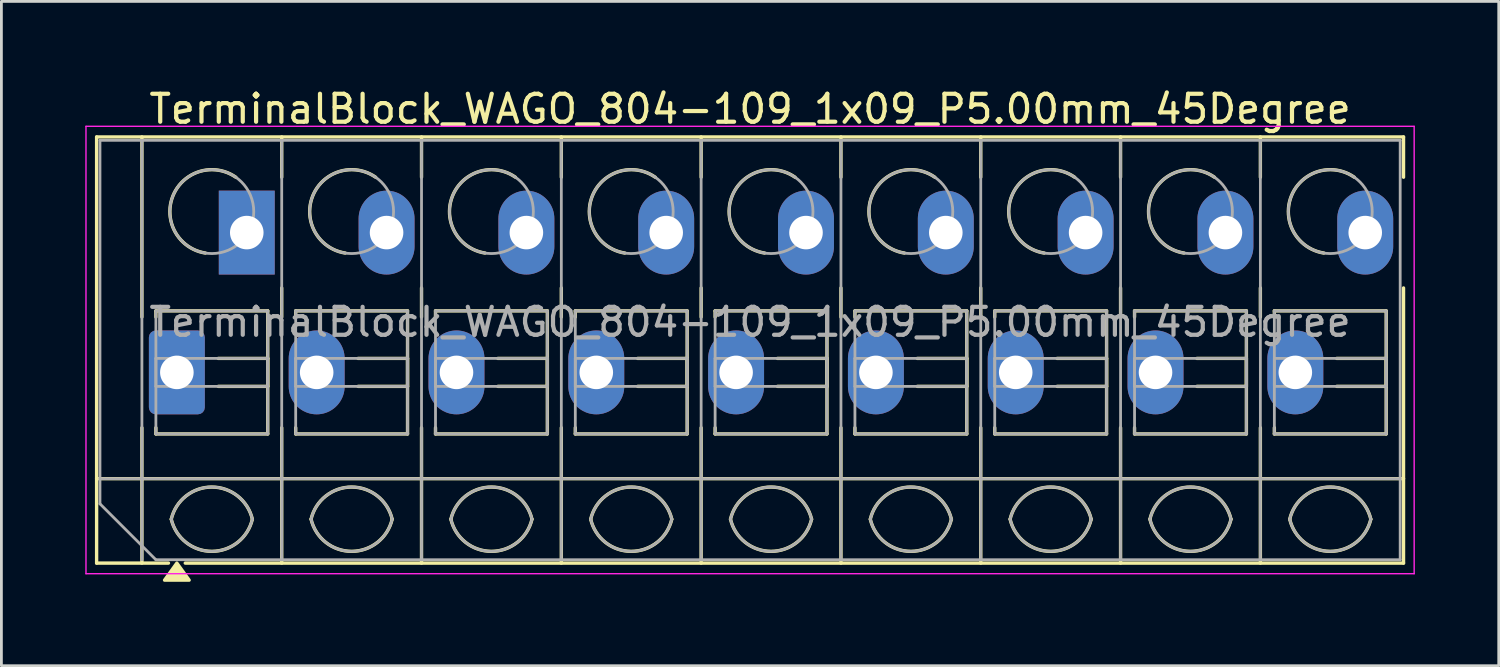
<source format=kicad_pcb>
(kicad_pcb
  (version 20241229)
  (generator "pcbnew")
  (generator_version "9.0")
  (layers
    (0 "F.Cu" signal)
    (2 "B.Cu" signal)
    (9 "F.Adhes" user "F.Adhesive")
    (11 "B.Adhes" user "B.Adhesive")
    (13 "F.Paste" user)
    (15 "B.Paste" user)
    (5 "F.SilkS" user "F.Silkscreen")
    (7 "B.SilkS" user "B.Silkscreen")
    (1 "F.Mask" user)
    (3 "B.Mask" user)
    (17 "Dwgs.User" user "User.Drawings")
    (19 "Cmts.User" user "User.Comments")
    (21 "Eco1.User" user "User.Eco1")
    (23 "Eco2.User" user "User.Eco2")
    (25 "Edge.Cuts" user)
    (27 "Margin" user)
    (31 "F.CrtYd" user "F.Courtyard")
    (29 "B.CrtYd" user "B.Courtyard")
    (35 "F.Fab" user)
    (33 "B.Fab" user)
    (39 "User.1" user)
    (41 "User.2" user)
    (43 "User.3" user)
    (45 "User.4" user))
  (footprint "TerminalBlock_WAGO_804-109_1x09_P5.00mm_45Degree"
    (layer "F.Cu")
    (at 3.275 10.268)
    (property "Reference" "TerminalBlock_WAGO_804-109_1x09_P5.00mm_45Degree" (at 20.5 -9.42 0) (layer "F.SilkS") (effects (font (size 1 1) (thickness 0.15))))
    (attr through_hole)
    (fp_line (start -2.87 -8.42) (end -2.87 6.82) (stroke (width 0.12) (type solid)) (layer "F.SilkS"))
    (fp_line (start -2.87 -8.42) (end 43.87 -8.42) (stroke (width 0.12) (type solid)) (layer "F.SilkS"))
    (fp_line (start -2.87 3.8) (end 43.87 3.8) (stroke (width 0.12) (type solid)) (layer "F.SilkS"))
    (fp_line (start -2.87 6.82) (end -0.3 6.82) (stroke (width 0.12) (type solid)) (layer "F.SilkS"))
    (fp_line (start -1.25 -8.42) (end -1.25 -1.98) (stroke (width 0.12) (type solid)) (layer "F.SilkS"))
    (fp_line (start -1.25 1.98) (end -1.25 6.82) (stroke (width 0.12) (type solid)) (layer "F.SilkS"))
    (fp_line (start -0.75 -2.2) (end -0.75 -1.98) (stroke (width 0.12) (type solid)) (layer "F.SilkS"))
    (fp_line (start -0.75 -2.2) (end 3.25 -2.2) (stroke (width 0.12) (type solid)) (layer "F.SilkS"))
    (fp_line (start -0.75 1.98) (end -0.75 2.2) (stroke (width 0.12) (type solid)) (layer "F.SilkS"))
    (fp_line (start -0.75 2.2) (end 3.25 2.2) (stroke (width 0.12) (type solid)) (layer "F.SilkS"))
    (fp_line (start 0.3 6.82) (end 43.87 6.82) (stroke (width 0.12) (type solid)) (layer "F.SilkS"))
    (fp_line (start 1.48 -0.5) (end 3.25 -0.5) (stroke (width 0.12) (type solid)) (layer "F.SilkS"))
    (fp_line (start 1.48 0.5) (end 3.25 0.5) (stroke (width 0.12) (type solid)) (layer "F.SilkS"))
    (fp_line (start 3.25 -2.2) (end 3.25 2.2) (stroke (width 0.12) (type solid)) (layer "F.SilkS"))
    (fp_line (start 3.25 -0.5) (end 3.25 0.5) (stroke (width 0.12) (type solid)) (layer "F.SilkS"))
    (fp_line (start 3.75 -8.42) (end 3.75 -6.98) (stroke (width 0.12) (type solid)) (layer "F.SilkS"))
    (fp_line (start 3.75 -3.02) (end 3.75 -1.98) (stroke (width 0.12) (type solid)) (layer "F.SilkS"))
    (fp_line (start 3.75 1.98) (end 3.75 6.82) (stroke (width 0.12) (type solid)) (layer "F.SilkS"))
    (fp_line (start 4.25 -2.2) (end 4.25 -1.98) (stroke (width 0.12) (type solid)) (layer "F.SilkS"))
    (fp_line (start 4.25 -2.2) (end 8.25 -2.2) (stroke (width 0.12) (type solid)) (layer "F.SilkS"))
    (fp_line (start 4.25 1.98) (end 4.25 2.2) (stroke (width 0.12) (type solid)) (layer "F.SilkS"))
    (fp_line (start 4.25 2.2) (end 8.25 2.2) (stroke (width 0.12) (type solid)) (layer "F.SilkS"))
    (fp_line (start 6.48 -0.5) (end 8.25 -0.5) (stroke (width 0.12) (type solid)) (layer "F.SilkS"))
    (fp_line (start 6.48 0.5) (end 8.25 0.5) (stroke (width 0.12) (type solid)) (layer "F.SilkS"))
    (fp_line (start 8.25 -2.2) (end 8.25 2.2) (stroke (width 0.12) (type solid)) (layer "F.SilkS"))
    (fp_line (start 8.25 -0.5) (end 8.25 0.5) (stroke (width 0.12) (type solid)) (layer "F.SilkS"))
    (fp_line (start 8.75 -8.42) (end 8.75 -6.98) (stroke (width 0.12) (type solid)) (layer "F.SilkS"))
    (fp_line (start 8.75 -3.02) (end 8.75 -1.98) (stroke (width 0.12) (type solid)) (layer "F.SilkS"))
    (fp_line (start 8.75 1.98) (end 8.75 6.82) (stroke (width 0.12) (type solid)) (layer "F.SilkS"))
    (fp_line (start 9.25 -2.2) (end 9.25 -1.98) (stroke (width 0.12) (type solid)) (layer "F.SilkS"))
    (fp_line (start 9.25 -2.2) (end 13.25 -2.2) (stroke (width 0.12) (type solid)) (layer "F.SilkS"))
    (fp_line (start 9.25 1.98) (end 9.25 2.2) (stroke (width 0.12) (type solid)) (layer "F.SilkS"))
    (fp_line (start 9.25 2.2) (end 13.25 2.2) (stroke (width 0.12) (type solid)) (layer "F.SilkS"))
    (fp_line (start 11.48 -0.5) (end 13.25 -0.5) (stroke (width 0.12) (type solid)) (layer "F.SilkS"))
    (fp_line (start 11.48 0.5) (end 13.25 0.5) (stroke (width 0.12) (type solid)) (layer "F.SilkS"))
    (fp_line (start 13.25 -2.2) (end 13.25 2.2) (stroke (width 0.12) (type solid)) (layer "F.SilkS"))
    (fp_line (start 13.25 -0.5) (end 13.25 0.5) (stroke (width 0.12) (type solid)) (layer "F.SilkS"))
    (fp_line (start 13.75 -8.42) (end 13.75 -6.98) (stroke (width 0.12) (type solid)) (layer "F.SilkS"))
    (fp_line (start 13.75 -3.02) (end 13.75 -1.98) (stroke (width 0.12) (type solid)) (layer "F.SilkS"))
    (fp_line (start 13.75 1.98) (end 13.75 6.82) (stroke (width 0.12) (type solid)) (layer "F.SilkS"))
    (fp_line (start 14.25 -2.2) (end 14.25 -1.98) (stroke (width 0.12) (type solid)) (layer "F.SilkS"))
    (fp_line (start 14.25 -2.2) (end 18.25 -2.2) (stroke (width 0.12) (type solid)) (layer "F.SilkS"))
    (fp_line (start 14.25 1.98) (end 14.25 2.2) (stroke (width 0.12) (type solid)) (layer "F.SilkS"))
    (fp_line (start 14.25 2.2) (end 18.25 2.2) (stroke (width 0.12) (type solid)) (layer "F.SilkS"))
    (fp_line (start 16.48 -0.5) (end 18.25 -0.5) (stroke (width 0.12) (type solid)) (layer "F.SilkS"))
    (fp_line (start 16.48 0.5) (end 18.25 0.5) (stroke (width 0.12) (type solid)) (layer "F.SilkS"))
    (fp_line (start 18.25 -2.2) (end 18.25 2.2) (stroke (width 0.12) (type solid)) (layer "F.SilkS"))
    (fp_line (start 18.25 -0.5) (end 18.25 0.5) (stroke (width 0.12) (type solid)) (layer "F.SilkS"))
    (fp_line (start 18.75 -8.42) (end 18.75 -6.98) (stroke (width 0.12) (type solid)) (layer "F.SilkS"))
    (fp_line (start 18.75 -3.02) (end 18.75 -1.98) (stroke (width 0.12) (type solid)) (layer "F.SilkS"))
    (fp_line (start 18.75 1.98) (end 18.75 6.82) (stroke (width 0.12) (type solid)) (layer "F.SilkS"))
    (fp_line (start 19.25 -2.2) (end 19.25 -1.98) (stroke (width 0.12) (type solid)) (layer "F.SilkS"))
    (fp_line (start 19.25 -2.2) (end 23.25 -2.2) (stroke (width 0.12) (type solid)) (layer "F.SilkS"))
    (fp_line (start 19.25 1.98) (end 19.25 2.2) (stroke (width 0.12) (type solid)) (layer "F.SilkS"))
    (fp_line (start 19.25 2.2) (end 23.25 2.2) (stroke (width 0.12) (type solid)) (layer "F.SilkS"))
    (fp_line (start 21.48 -0.5) (end 23.25 -0.5) (stroke (width 0.12) (type solid)) (layer "F.SilkS"))
    (fp_line (start 21.48 0.5) (end 23.25 0.5) (stroke (width 0.12) (type solid)) (layer "F.SilkS"))
    (fp_line (start 23.25 -2.2) (end 23.25 2.2) (stroke (width 0.12) (type solid)) (layer "F.SilkS"))
    (fp_line (start 23.25 -0.5) (end 23.25 0.5) (stroke (width 0.12) (type solid)) (layer "F.SilkS"))
    (fp_line (start 23.75 -8.42) (end 23.75 -6.98) (stroke (width 0.12) (type solid)) (layer "F.SilkS"))
    (fp_line (start 23.75 -3.02) (end 23.75 -1.98) (stroke (width 0.12) (type solid)) (layer "F.SilkS"))
    (fp_line (start 23.75 1.98) (end 23.75 6.82) (stroke (width 0.12) (type solid)) (layer "F.SilkS"))
    (fp_line (start 24.25 -2.2) (end 24.25 -1.98) (stroke (width 0.12) (type solid)) (layer "F.SilkS"))
    (fp_line (start 24.25 -2.2) (end 28.25 -2.2) (stroke (width 0.12) (type solid)) (layer "F.SilkS"))
    (fp_line (start 24.25 1.98) (end 24.25 2.2) (stroke (width 0.12) (type solid)) (layer "F.SilkS"))
    (fp_line (start 24.25 2.2) (end 28.25 2.2) (stroke (width 0.12) (type solid)) (layer "F.SilkS"))
    (fp_line (start 26.48 -0.5) (end 28.25 -0.5) (stroke (width 0.12) (type solid)) (layer "F.SilkS"))
    (fp_line (start 26.48 0.5) (end 28.25 0.5) (stroke (width 0.12) (type solid)) (layer "F.SilkS"))
    (fp_line (start 28.25 -2.2) (end 28.25 2.2) (stroke (width 0.12) (type solid)) (layer "F.SilkS"))
    (fp_line (start 28.25 -0.5) (end 28.25 0.5) (stroke (width 0.12) (type solid)) (layer "F.SilkS"))
    (fp_line (start 28.75 -8.42) (end 28.75 -6.98) (stroke (width 0.12) (type solid)) (layer "F.SilkS"))
    (fp_line (start 28.75 -3.02) (end 28.75 -1.98) (stroke (width 0.12) (type solid)) (layer "F.SilkS"))
    (fp_line (start 28.75 1.98) (end 28.75 6.82) (stroke (width 0.12) (type solid)) (layer "F.SilkS"))
    (fp_line (start 29.25 -2.2) (end 29.25 -1.98) (stroke (width 0.12) (type solid)) (layer "F.SilkS"))
    (fp_line (start 29.25 -2.2) (end 33.25 -2.2) (stroke (width 0.12) (type solid)) (layer "F.SilkS"))
    (fp_line (start 29.25 1.98) (end 29.25 2.2) (stroke (width 0.12) (type solid)) (layer "F.SilkS"))
    (fp_line (start 29.25 2.2) (end 33.25 2.2) (stroke (width 0.12) (type solid)) (layer "F.SilkS"))
    (fp_line (start 31.48 -0.5) (end 33.25 -0.5) (stroke (width 0.12) (type solid)) (layer "F.SilkS"))
    (fp_line (start 31.48 0.5) (end 33.25 0.5) (stroke (width 0.12) (type solid)) (layer "F.SilkS"))
    (fp_line (start 33.25 -2.2) (end 33.25 2.2) (stroke (width 0.12) (type solid)) (layer "F.SilkS"))
    (fp_line (start 33.25 -0.5) (end 33.25 0.5) (stroke (width 0.12) (type solid)) (layer "F.SilkS"))
    (fp_line (start 33.75 -8.42) (end 33.75 -6.98) (stroke (width 0.12) (type solid)) (layer "F.SilkS"))
    (fp_line (start 33.75 -3.02) (end 33.75 -1.98) (stroke (width 0.12) (type solid)) (layer "F.SilkS"))
    (fp_line (start 33.75 1.98) (end 33.75 6.82) (stroke (width 0.12) (type solid)) (layer "F.SilkS"))
    (fp_line (start 34.25 -2.2) (end 34.25 -1.98) (stroke (width 0.12) (type solid)) (layer "F.SilkS"))
    (fp_line (start 34.25 -2.2) (end 38.25 -2.2) (stroke (width 0.12) (type solid)) (layer "F.SilkS"))
    (fp_line (start 34.25 1.98) (end 34.25 2.2) (stroke (width 0.12) (type solid)) (layer "F.SilkS"))
    (fp_line (start 34.25 2.2) (end 38.25 2.2) (stroke (width 0.12) (type solid)) (layer "F.SilkS"))
    (fp_line (start 36.48 -0.5) (end 38.25 -0.5) (stroke (width 0.12) (type solid)) (layer "F.SilkS"))
    (fp_line (start 36.48 0.5) (end 38.25 0.5) (stroke (width 0.12) (type solid)) (layer "F.SilkS"))
    (fp_line (start 38.25 -2.2) (end 38.25 2.2) (stroke (width 0.12) (type solid)) (layer "F.SilkS"))
    (fp_line (start 38.25 -0.5) (end 38.25 0.5) (stroke (width 0.12) (type solid)) (layer "F.SilkS"))
    (fp_line (start 38.75 -8.42) (end 38.75 -6.98) (stroke (width 0.12) (type solid)) (layer "F.SilkS"))
    (fp_line (start 38.75 -3.02) (end 38.75 -1.98) (stroke (width 0.12) (type solid)) (layer "F.SilkS"))
    (fp_line (start 38.75 1.98) (end 38.75 6.82) (stroke (width 0.12) (type solid)) (layer "F.SilkS"))
    (fp_line (start 39.25 -2.2) (end 39.25 -1.98) (stroke (width 0.12) (type solid)) (layer "F.SilkS"))
    (fp_line (start 39.25 -2.2) (end 43.25 -2.2) (stroke (width 0.12) (type solid)) (layer "F.SilkS"))
    (fp_line (start 39.25 1.98) (end 39.25 2.2) (stroke (width 0.12) (type solid)) (layer "F.SilkS"))
    (fp_line (start 39.25 2.2) (end 43.25 2.2) (stroke (width 0.12) (type solid)) (layer "F.SilkS"))
    (fp_line (start 41.48 -0.5) (end 43.25 -0.5) (stroke (width 0.12) (type solid)) (layer "F.SilkS"))
    (fp_line (start 41.48 0.5) (end 43.25 0.5) (stroke (width 0.12) (type solid)) (layer "F.SilkS"))
    (fp_line (start 43.25 -2.2) (end 43.25 2.2) (stroke (width 0.12) (type solid)) (layer "F.SilkS"))
    (fp_line (start 43.25 -0.5) (end 43.25 0.5) (stroke (width 0.12) (type solid)) (layer "F.SilkS"))
    (fp_line (start 43.87 -8.42) (end 43.87 -6.98) (stroke (width 0.12) (type solid)) (layer "F.SilkS"))
    (fp_line (start 43.87 -3.02) (end 43.87 6.82) (stroke (width 0.12) (type solid)) (layer "F.SilkS"))
    (fp_arc (start -0.2 5.25) (mid 1.25 4.1) (end 2.7 5.25) (stroke (width 0.12) (type solid)) (layer "F.SilkS"))
    (fp_arc (start 1.02 -4.268) (mid -0.141916 -6.309209) (end 2.109 -6.98) (stroke (width 0.12) (type solid)) (layer "F.SilkS"))
    (fp_arc (start 2.7 5.25) (mid 1.25 6.4) (end -0.2 5.25) (stroke (width 0.12) (type solid)) (layer "F.SilkS"))
    (fp_arc (start 4.8 5.25) (mid 6.25 4.1) (end 7.7 5.25) (stroke (width 0.12) (type solid)) (layer "F.SilkS"))
    (fp_arc (start 6.02 -4.268) (mid 4.858084 -6.309209) (end 7.109 -6.98) (stroke (width 0.12) (type solid)) (layer "F.SilkS"))
    (fp_arc (start 7.7 5.25) (mid 6.25 6.4) (end 4.8 5.25) (stroke (width 0.12) (type solid)) (layer "F.SilkS"))
    (fp_arc (start 9.8 5.25) (mid 11.25 4.1) (end 12.7 5.25) (stroke (width 0.12) (type solid)) (layer "F.SilkS"))
    (fp_arc (start 11.02 -4.268) (mid 9.858084 -6.309209) (end 12.109 -6.98) (stroke (width 0.12) (type solid)) (layer "F.SilkS"))
    (fp_arc (start 12.7 5.25) (mid 11.25 6.4) (end 9.8 5.25) (stroke (width 0.12) (type solid)) (layer "F.SilkS"))
    (fp_arc (start 14.8 5.25) (mid 16.25 4.1) (end 17.7 5.25) (stroke (width 0.12) (type solid)) (layer "F.SilkS"))
    (fp_arc (start 16.02 -4.268) (mid 14.858084 -6.309209) (end 17.109 -6.98) (stroke (width 0.12) (type solid)) (layer "F.SilkS"))
    (fp_arc (start 17.7 5.25) (mid 16.25 6.4) (end 14.8 5.25) (stroke (width 0.12) (type solid)) (layer "F.SilkS"))
    (fp_arc (start 19.8 5.25) (mid 21.25 4.1) (end 22.7 5.25) (stroke (width 0.12) (type solid)) (layer "F.SilkS"))
    (fp_arc (start 21.02 -4.268) (mid 19.858084 -6.309209) (end 22.109 -6.98) (stroke (width 0.12) (type solid)) (layer "F.SilkS"))
    (fp_arc (start 22.7 5.25) (mid 21.25 6.4) (end 19.8 5.25) (stroke (width 0.12) (type solid)) (layer "F.SilkS"))
    (fp_arc (start 24.8 5.25) (mid 26.25 4.1) (end 27.7 5.25) (stroke (width 0.12) (type solid)) (layer "F.SilkS"))
    (fp_arc (start 26.02 -4.268) (mid 24.858084 -6.309209) (end 27.109 -6.98) (stroke (width 0.12) (type solid)) (layer "F.SilkS"))
    (fp_arc (start 27.7 5.25) (mid 26.25 6.4) (end 24.8 5.25) (stroke (width 0.12) (type solid)) (layer "F.SilkS"))
    (fp_arc (start 29.8 5.25) (mid 31.25 4.1) (end 32.7 5.25) (stroke (width 0.12) (type solid)) (layer "F.SilkS"))
    (fp_arc (start 31.02 -4.268) (mid 29.858084 -6.309209) (end 32.109 -6.98) (stroke (width 0.12) (type solid)) (layer "F.SilkS"))
    (fp_arc (start 32.7 5.25) (mid 31.25 6.4) (end 29.8 5.25) (stroke (width 0.12) (type solid)) (layer "F.SilkS"))
    (fp_arc (start 34.8 5.25) (mid 36.25 4.1) (end 37.7 5.25) (stroke (width 0.12) (type solid)) (layer "F.SilkS"))
    (fp_arc (start 36.02 -4.268) (mid 34.858084 -6.309209) (end 37.109 -6.98) (stroke (width 0.12) (type solid)) (layer "F.SilkS"))
    (fp_arc (start 37.7 5.25) (mid 36.25 6.4) (end 34.8 5.25) (stroke (width 0.12) (type solid)) (layer "F.SilkS"))
    (fp_arc (start 39.8 5.25) (mid 41.25 4.1) (end 42.7 5.25) (stroke (width 0.12) (type solid)) (layer "F.SilkS"))
    (fp_arc (start 41.02 -4.268) (mid 39.858084 -6.309209) (end 42.109 -6.98) (stroke (width 0.12) (type solid)) (layer "F.SilkS"))
    (fp_arc (start 42.7 5.25) (mid 41.25 6.4) (end 39.8 5.25) (stroke (width 0.12) (type solid)) (layer "F.SilkS"))
    (fp_poly (pts (xy 0 6.82) (xy 0.44 7.43) (xy -0.44 7.43)) (stroke (width 0.12) (type solid)) (fill yes) (layer "F.SilkS"))
    (fp_line (start -3.25 -8.8) (end -3.25 7.2) (stroke (width 0.05) (type solid)) (layer "F.CrtYd"))
    (fp_line (start -3.25 7.2) (end 44.25 7.2) (stroke (width 0.05) (type solid)) (layer "F.CrtYd"))
    (fp_line (start 44.25 -8.8) (end -3.25 -8.8) (stroke (width 0.05) (type solid)) (layer "F.CrtYd"))
    (fp_line (start 44.25 7.2) (end 44.25 -8.8) (stroke (width 0.05) (type solid)) (layer "F.CrtYd"))
    (fp_line (start -2.75 -8.3) (end 43.75 -8.3) (stroke (width 0.1) (type solid)) (layer "F.Fab"))
    (fp_line (start -2.75 3.8) (end 43.75 3.8) (stroke (width 0.1) (type solid)) (layer "F.Fab"))
    (fp_line (start -2.75 4.7) (end -2.75 -8.3) (stroke (width 0.1) (type solid)) (layer "F.Fab"))
    (fp_line (start -1.25 -8.3) (end -1.25 6.7) (stroke (width 0.1) (type solid)) (layer "F.Fab"))
    (fp_line (start -0.75 -2.2) (end -0.75 2.2) (stroke (width 0.1) (type solid)) (layer "F.Fab"))
    (fp_line (start -0.75 -0.5) (end -0.75 0.5) (stroke (width 0.1) (type solid)) (layer "F.Fab"))
    (fp_line (start -0.75 0.5) (end 3.25 0.5) (stroke (width 0.1) (type solid)) (layer "F.Fab"))
    (fp_line (start -0.75 2.2) (end 3.25 2.2) (stroke (width 0.1) (type solid)) (layer "F.Fab"))
    (fp_line (start -0.75 6.7) (end -2.75 4.7) (stroke (width 0.1) (type solid)) (layer "F.Fab"))
    (fp_line (start 3.25 -2.2) (end -0.75 -2.2) (stroke (width 0.1) (type solid)) (layer "F.Fab"))
    (fp_line (start 3.25 -0.5) (end -0.75 -0.5) (stroke (width 0.1) (type solid)) (layer "F.Fab"))
    (fp_line (start 3.25 0.5) (end 3.25 -0.5) (stroke (width 0.1) (type solid)) (layer "F.Fab"))
    (fp_line (start 3.25 2.2) (end 3.25 -2.2) (stroke (width 0.1) (type solid)) (layer "F.Fab"))
    (fp_line (start 3.75 -8.3) (end 3.75 6.7) (stroke (width 0.1) (type solid)) (layer "F.Fab"))
    (fp_line (start 4.25 -2.2) (end 4.25 2.2) (stroke (width 0.1) (type solid)) (layer "F.Fab"))
    (fp_line (start 4.25 -0.5) (end 4.25 0.5) (stroke (width 0.1) (type solid)) (layer "F.Fab"))
    (fp_line (start 4.25 0.5) (end 8.25 0.5) (stroke (width 0.1) (type solid)) (layer "F.Fab"))
    (fp_line (start 4.25 2.2) (end 8.25 2.2) (stroke (width 0.1) (type solid)) (layer "F.Fab"))
    (fp_line (start 8.25 -2.2) (end 4.25 -2.2) (stroke (width 0.1) (type solid)) (layer "F.Fab"))
    (fp_line (start 8.25 -0.5) (end 4.25 -0.5) (stroke (width 0.1) (type solid)) (layer "F.Fab"))
    (fp_line (start 8.25 0.5) (end 8.25 -0.5) (stroke (width 0.1) (type solid)) (layer "F.Fab"))
    (fp_line (start 8.25 2.2) (end 8.25 -2.2) (stroke (width 0.1) (type solid)) (layer "F.Fab"))
    (fp_line (start 8.75 -8.3) (end 8.75 6.7) (stroke (width 0.1) (type solid)) (layer "F.Fab"))
    (fp_line (start 9.25 -2.2) (end 9.25 2.2) (stroke (width 0.1) (type solid)) (layer "F.Fab"))
    (fp_line (start 9.25 -0.5) (end 9.25 0.5) (stroke (width 0.1) (type solid)) (layer "F.Fab"))
    (fp_line (start 9.25 0.5) (end 13.25 0.5) (stroke (width 0.1) (type solid)) (layer "F.Fab"))
    (fp_line (start 9.25 2.2) (end 13.25 2.2) (stroke (width 0.1) (type solid)) (layer "F.Fab"))
    (fp_line (start 13.25 -2.2) (end 9.25 -2.2) (stroke (width 0.1) (type solid)) (layer "F.Fab"))
    (fp_line (start 13.25 -0.5) (end 9.25 -0.5) (stroke (width 0.1) (type solid)) (layer "F.Fab"))
    (fp_line (start 13.25 0.5) (end 13.25 -0.5) (stroke (width 0.1) (type solid)) (layer "F.Fab"))
    (fp_line (start 13.25 2.2) (end 13.25 -2.2) (stroke (width 0.1) (type solid)) (layer "F.Fab"))
    (fp_line (start 13.75 -8.3) (end 13.75 6.7) (stroke (width 0.1) (type solid)) (layer "F.Fab"))
    (fp_line (start 14.25 -2.2) (end 14.25 2.2) (stroke (width 0.1) (type solid)) (layer "F.Fab"))
    (fp_line (start 14.25 -0.5) (end 14.25 0.5) (stroke (width 0.1) (type solid)) (layer "F.Fab"))
    (fp_line (start 14.25 0.5) (end 18.25 0.5) (stroke (width 0.1) (type solid)) (layer "F.Fab"))
    (fp_line (start 14.25 2.2) (end 18.25 2.2) (stroke (width 0.1) (type solid)) (layer "F.Fab"))
    (fp_line (start 18.25 -2.2) (end 14.25 -2.2) (stroke (width 0.1) (type solid)) (layer "F.Fab"))
    (fp_line (start 18.25 -0.5) (end 14.25 -0.5) (stroke (width 0.1) (type solid)) (layer "F.Fab"))
    (fp_line (start 18.25 0.5) (end 18.25 -0.5) (stroke (width 0.1) (type solid)) (layer "F.Fab"))
    (fp_line (start 18.25 2.2) (end 18.25 -2.2) (stroke (width 0.1) (type solid)) (layer "F.Fab"))
    (fp_line (start 18.75 -8.3) (end 18.75 6.7) (stroke (width 0.1) (type solid)) (layer "F.Fab"))
    (fp_line (start 19.25 -2.2) (end 19.25 2.2) (stroke (width 0.1) (type solid)) (layer "F.Fab"))
    (fp_line (start 19.25 -0.5) (end 19.25 0.5) (stroke (width 0.1) (type solid)) (layer "F.Fab"))
    (fp_line (start 19.25 0.5) (end 23.25 0.5) (stroke (width 0.1) (type solid)) (layer "F.Fab"))
    (fp_line (start 19.25 2.2) (end 23.25 2.2) (stroke (width 0.1) (type solid)) (layer "F.Fab"))
    (fp_line (start 23.25 -2.2) (end 19.25 -2.2) (stroke (width 0.1) (type solid)) (layer "F.Fab"))
    (fp_line (start 23.25 -0.5) (end 19.25 -0.5) (stroke (width 0.1) (type solid)) (layer "F.Fab"))
    (fp_line (start 23.25 0.5) (end 23.25 -0.5) (stroke (width 0.1) (type solid)) (layer "F.Fab"))
    (fp_line (start 23.25 2.2) (end 23.25 -2.2) (stroke (width 0.1) (type solid)) (layer "F.Fab"))
    (fp_line (start 23.75 -8.3) (end 23.75 6.7) (stroke (width 0.1) (type solid)) (layer "F.Fab"))
    (fp_line (start 24.25 -2.2) (end 24.25 2.2) (stroke (width 0.1) (type solid)) (layer "F.Fab"))
    (fp_line (start 24.25 -0.5) (end 24.25 0.5) (stroke (width 0.1) (type solid)) (layer "F.Fab"))
    (fp_line (start 24.25 0.5) (end 28.25 0.5) (stroke (width 0.1) (type solid)) (layer "F.Fab"))
    (fp_line (start 24.25 2.2) (end 28.25 2.2) (stroke (width 0.1) (type solid)) (layer "F.Fab"))
    (fp_line (start 28.25 -2.2) (end 24.25 -2.2) (stroke (width 0.1) (type solid)) (layer "F.Fab"))
    (fp_line (start 28.25 -0.5) (end 24.25 -0.5) (stroke (width 0.1) (type solid)) (layer "F.Fab"))
    (fp_line (start 28.25 0.5) (end 28.25 -0.5) (stroke (width 0.1) (type solid)) (layer "F.Fab"))
    (fp_line (start 28.25 2.2) (end 28.25 -2.2) (stroke (width 0.1) (type solid)) (layer "F.Fab"))
    (fp_line (start 28.75 -8.3) (end 28.75 6.7) (stroke (width 0.1) (type solid)) (layer "F.Fab"))
    (fp_line (start 29.25 -2.2) (end 29.25 2.2) (stroke (width 0.1) (type solid)) (layer "F.Fab"))
    (fp_line (start 29.25 -0.5) (end 29.25 0.5) (stroke (width 0.1) (type solid)) (layer "F.Fab"))
    (fp_line (start 29.25 0.5) (end 33.25 0.5) (stroke (width 0.1) (type solid)) (layer "F.Fab"))
    (fp_line (start 29.25 2.2) (end 33.25 2.2) (stroke (width 0.1) (type solid)) (layer "F.Fab"))
    (fp_line (start 33.25 -2.2) (end 29.25 -2.2) (stroke (width 0.1) (type solid)) (layer "F.Fab"))
    (fp_line (start 33.25 -0.5) (end 29.25 -0.5) (stroke (width 0.1) (type solid)) (layer "F.Fab"))
    (fp_line (start 33.25 0.5) (end 33.25 -0.5) (stroke (width 0.1) (type solid)) (layer "F.Fab"))
    (fp_line (start 33.25 2.2) (end 33.25 -2.2) (stroke (width 0.1) (type solid)) (layer "F.Fab"))
    (fp_line (start 33.75 -8.3) (end 33.75 6.7) (stroke (width 0.1) (type solid)) (layer "F.Fab"))
    (fp_line (start 34.25 -2.2) (end 34.25 2.2) (stroke (width 0.1) (type solid)) (layer "F.Fab"))
    (fp_line (start 34.25 -0.5) (end 34.25 0.5) (stroke (width 0.1) (type solid)) (layer "F.Fab"))
    (fp_line (start 34.25 0.5) (end 38.25 0.5) (stroke (width 0.1) (type solid)) (layer "F.Fab"))
    (fp_line (start 34.25 2.2) (end 38.25 2.2) (stroke (width 0.1) (type solid)) (layer "F.Fab"))
    (fp_line (start 38.25 -2.2) (end 34.25 -2.2) (stroke (width 0.1) (type solid)) (layer "F.Fab"))
    (fp_line (start 38.25 -0.5) (end 34.25 -0.5) (stroke (width 0.1) (type solid)) (layer "F.Fab"))
    (fp_line (start 38.25 0.5) (end 38.25 -0.5) (stroke (width 0.1) (type solid)) (layer "F.Fab"))
    (fp_line (start 38.25 2.2) (end 38.25 -2.2) (stroke (width 0.1) (type solid)) (layer "F.Fab"))
    (fp_line (start 38.75 -8.3) (end 38.75 6.7) (stroke (width 0.1) (type solid)) (layer "F.Fab"))
    (fp_line (start 39.25 -2.2) (end 39.25 2.2) (stroke (width 0.1) (type solid)) (layer "F.Fab"))
    (fp_line (start 39.25 -0.5) (end 39.25 0.5) (stroke (width 0.1) (type solid)) (layer "F.Fab"))
    (fp_line (start 39.25 0.5) (end 43.25 0.5) (stroke (width 0.1) (type solid)) (layer "F.Fab"))
    (fp_line (start 39.25 2.2) (end 43.25 2.2) (stroke (width 0.1) (type solid)) (layer "F.Fab"))
    (fp_line (start 43.25 -2.2) (end 39.25 -2.2) (stroke (width 0.1) (type solid)) (layer "F.Fab"))
    (fp_line (start 43.25 -0.5) (end 39.25 -0.5) (stroke (width 0.1) (type solid)) (layer "F.Fab"))
    (fp_line (start 43.25 0.5) (end 43.25 -0.5) (stroke (width 0.1) (type solid)) (layer "F.Fab"))
    (fp_line (start 43.25 2.2) (end 43.25 -2.2) (stroke (width 0.1) (type solid)) (layer "F.Fab"))
    (fp_line (start 43.75 -8.3) (end 43.75 6.7) (stroke (width 0.1) (type solid)) (layer "F.Fab"))
    (fp_line (start 43.75 6.7) (end -0.75 6.7) (stroke (width 0.1) (type solid)) (layer "F.Fab"))
    (fp_arc (start -0.2 5.25) (mid 1.25 4.1) (end 2.7 5.25) (stroke (width 0.1) (type solid)) (layer "F.Fab"))
    (fp_arc (start 2.7 5.25) (mid 1.25 6.4) (end -0.2 5.25) (stroke (width 0.1) (type solid)) (layer "F.Fab"))
    (fp_arc (start 4.8 5.25) (mid 6.25 4.1) (end 7.7 5.25) (stroke (width 0.1) (type solid)) (layer "F.Fab"))
    (fp_arc (start 7.7 5.25) (mid 6.25 6.4) (end 4.8 5.25) (stroke (width 0.1) (type solid)) (layer "F.Fab"))
    (fp_arc (start 9.8 5.25) (mid 11.25 4.1) (end 12.7 5.25) (stroke (width 0.1) (type solid)) (layer "F.Fab"))
    (fp_arc (start 12.7 5.25) (mid 11.25 6.4) (end 9.8 5.25) (stroke (width 0.1) (type solid)) (layer "F.Fab"))
    (fp_arc (start 14.8 5.25) (mid 16.25 4.1) (end 17.7 5.25) (stroke (width 0.1) (type solid)) (layer "F.Fab"))
    (fp_arc (start 17.7 5.25) (mid 16.25 6.4) (end 14.8 5.25) (stroke (width 0.1) (type solid)) (layer "F.Fab"))
    (fp_arc (start 19.8 5.25) (mid 21.25 4.1) (end 22.7 5.25) (stroke (width 0.1) (type solid)) (layer "F.Fab"))
    (fp_arc (start 22.7 5.25) (mid 21.25 6.4) (end 19.8 5.25) (stroke (width 0.1) (type solid)) (layer "F.Fab"))
    (fp_arc (start 24.8 5.25) (mid 26.25 4.1) (end 27.7 5.25) (stroke (width 0.1) (type solid)) (layer "F.Fab"))
    (fp_arc (start 27.7 5.25) (mid 26.25 6.4) (end 24.8 5.25) (stroke (width 0.1) (type solid)) (layer "F.Fab"))
    (fp_arc (start 29.8 5.25) (mid 31.25 4.1) (end 32.7 5.25) (stroke (width 0.1) (type solid)) (layer "F.Fab"))
    (fp_arc (start 32.7 5.25) (mid 31.25 6.4) (end 29.8 5.25) (stroke (width 0.1) (type solid)) (layer "F.Fab"))
    (fp_arc (start 34.8 5.25) (mid 36.25 4.1) (end 37.7 5.25) (stroke (width 0.1) (type solid)) (layer "F.Fab"))
    (fp_arc (start 37.7 5.25) (mid 36.25 6.4) (end 34.8 5.25) (stroke (width 0.1) (type solid)) (layer "F.Fab"))
    (fp_arc (start 39.8 5.25) (mid 41.25 4.1) (end 42.7 5.25) (stroke (width 0.1) (type solid)) (layer "F.Fab"))
    (fp_arc (start 42.7 5.25) (mid 41.25 6.4) (end 39.8 5.25) (stroke (width 0.1) (type solid)) (layer "F.Fab"))
    (fp_circle (center 1.25 -5.75) (end 2.75 -5.75) (stroke (width 0.1) (type solid)) (fill no) (layer "F.Fab"))
    (fp_circle (center 6.25 -5.75) (end 7.75 -5.75) (stroke (width 0.1) (type solid)) (fill no) (layer "F.Fab"))
    (fp_circle (center 11.25 -5.75) (end 12.75 -5.75) (stroke (width 0.1) (type solid)) (fill no) (layer "F.Fab"))
    (fp_circle (center 16.25 -5.75) (end 17.75 -5.75) (stroke (width 0.1) (type solid)) (fill no) (layer "F.Fab"))
    (fp_circle (center 21.25 -5.75) (end 22.75 -5.75) (stroke (width 0.1) (type solid)) (fill no) (layer "F.Fab"))
    (fp_circle (center 26.25 -5.75) (end 27.75 -5.75) (stroke (width 0.1) (type solid)) (fill no) (layer "F.Fab"))
    (fp_circle (center 31.25 -5.75) (end 32.75 -5.75) (stroke (width 0.1) (type solid)) (fill no) (layer "F.Fab"))
    (fp_circle (center 36.25 -5.75) (end 37.75 -5.75) (stroke (width 0.1) (type solid)) (fill no) (layer "F.Fab"))
    (fp_circle (center 41.25 -5.75) (end 42.75 -5.75) (stroke (width 0.1) (type solid)) (fill no) (layer "F.Fab"))
    (fp_text user "${REFERENCE}" (at 20.5 -1.8 0) (layer "F.Fab") (effects (font (size 1 1) (thickness 0.15))))
    (pad "1" thru_hole roundrect (at 0 0) (size 2 3) (drill 1.2) (layers "*.Cu" "*.Mask") (roundrect_rratio 0.125))
    (pad "1" thru_hole rect (at 2.5 -5) (size 2 3) (drill 1.2) (layers "*.Cu" "*.Mask"))
    (pad "2" thru_hole oval (at 5 0) (size 2 3) (drill 1.2) (layers "*.Cu" "*.Mask"))
    (pad "2" thru_hole oval (at 7.5 -5) (size 2 3) (drill 1.2) (layers "*.Cu" "*.Mask"))
    (pad "3" thru_hole oval (at 10 0) (size 2 3) (drill 1.2) (layers "*.Cu" "*.Mask"))
    (pad "3" thru_hole oval (at 12.5 -5) (size 2 3) (drill 1.2) (layers "*.Cu" "*.Mask"))
    (pad "4" thru_hole oval (at 15 0) (size 2 3) (drill 1.2) (layers "*.Cu" "*.Mask"))
    (pad "4" thru_hole oval (at 17.5 -5) (size 2 3) (drill 1.2) (layers "*.Cu" "*.Mask"))
    (pad "5" thru_hole oval (at 20 0) (size 2 3) (drill 1.2) (layers "*.Cu" "*.Mask"))
    (pad "5" thru_hole oval (at 22.5 -5) (size 2 3) (drill 1.2) (layers "*.Cu" "*.Mask"))
    (pad "6" thru_hole oval (at 25 0) (size 2 3) (drill 1.2) (layers "*.Cu" "*.Mask"))
    (pad "6" thru_hole oval (at 27.5 -5) (size 2 3) (drill 1.2) (layers "*.Cu" "*.Mask"))
    (pad "7" thru_hole oval (at 30 0) (size 2 3) (drill 1.2) (layers "*.Cu" "*.Mask"))
    (pad "7" thru_hole oval (at 32.5 -5) (size 2 3) (drill 1.2) (layers "*.Cu" "*.Mask"))
    (pad "8" thru_hole oval (at 35 0) (size 2 3) (drill 1.2) (layers "*.Cu" "*.Mask"))
    (pad "8" thru_hole oval (at 37.5 -5) (size 2 3) (drill 1.2) (layers "*.Cu" "*.Mask"))
    (pad "9" thru_hole oval (at 40 0) (size 2 3) (drill 1.2) (layers "*.Cu" "*.Mask"))
    (pad "9" thru_hole oval (at 42.5 -5) (size 2 3) (drill 1.2) (layers "*.Cu" "*.Mask")))
  (gr_rect
    (start -3 -3)
    (end 50.55 20.758)
    (stroke (width 0.1) (type default))
    (fill no)
    (layer "Edge.Cuts")))
</source>
